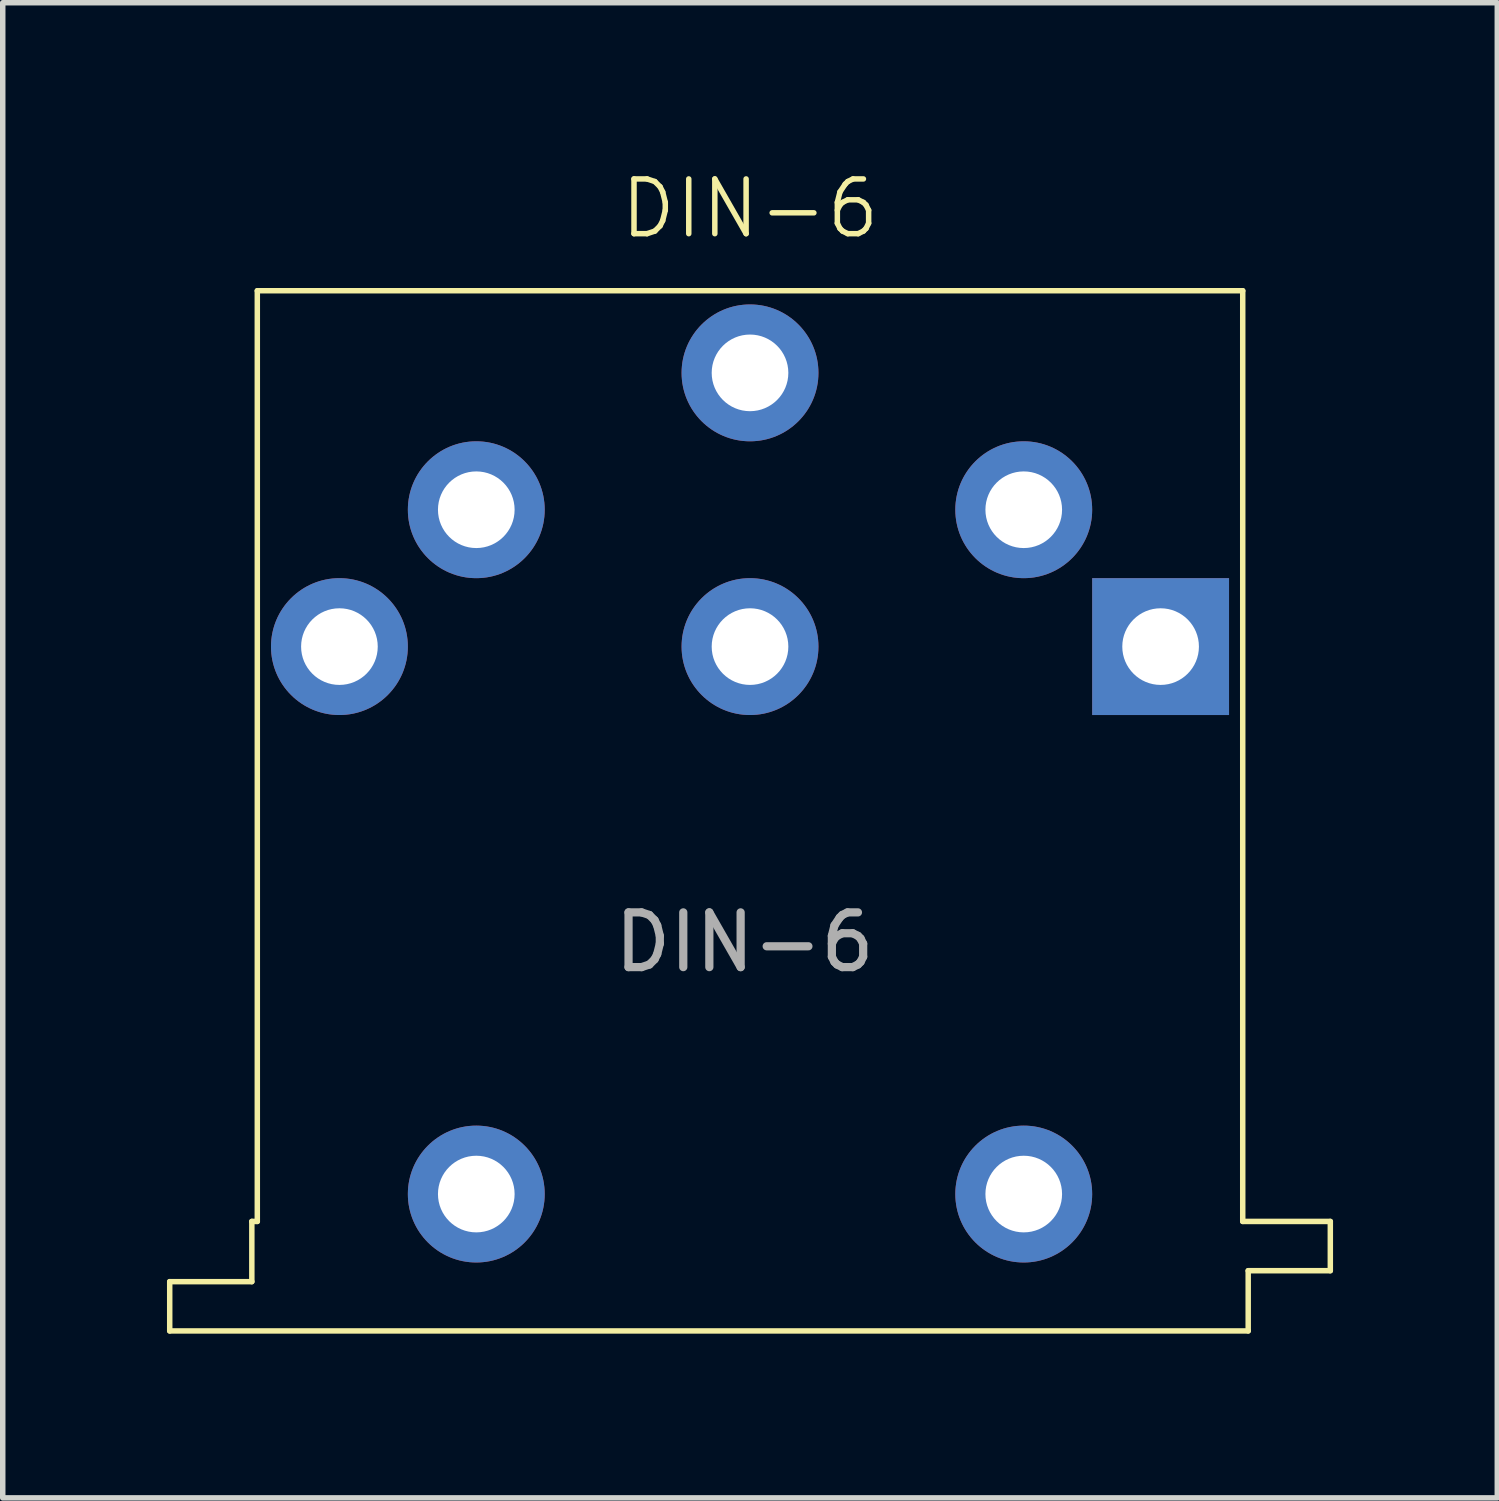
<source format=kicad_pcb>
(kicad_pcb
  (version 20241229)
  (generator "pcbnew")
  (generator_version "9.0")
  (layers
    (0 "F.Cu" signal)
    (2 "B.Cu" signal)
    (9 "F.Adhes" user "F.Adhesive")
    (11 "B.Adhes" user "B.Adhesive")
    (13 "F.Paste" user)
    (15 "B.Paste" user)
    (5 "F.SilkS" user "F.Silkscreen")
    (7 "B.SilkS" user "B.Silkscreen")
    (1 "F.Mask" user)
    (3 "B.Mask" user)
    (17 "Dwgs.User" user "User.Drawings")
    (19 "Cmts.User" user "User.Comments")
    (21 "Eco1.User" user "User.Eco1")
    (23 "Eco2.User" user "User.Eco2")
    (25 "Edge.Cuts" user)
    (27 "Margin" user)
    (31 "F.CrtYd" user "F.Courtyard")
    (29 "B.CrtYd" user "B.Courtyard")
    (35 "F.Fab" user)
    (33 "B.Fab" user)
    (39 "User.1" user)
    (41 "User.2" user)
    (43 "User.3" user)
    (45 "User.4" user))
  (footprint "DIN-6"
    (layer "F.Cu")
    (at 18.15 8.761)
    (property "Reference" "DIN-6" (at -7.5 -8 0) (unlocked yes) (layer "F.SilkS") (effects (font (size 1 1) (thickness 0.1))))
    (attr through_hole)
    (fp_line (start -18.1 11.6) (end -16.6 11.6) (stroke (width 0.1) (type default)) (layer "F.SilkS"))
    (fp_line (start -18.1 12.5) (end -18.1 11.6) (stroke (width 0.1) (type default)) (layer "F.SilkS"))
    (fp_line (start -18.1 12.5) (end 1.6 12.5) (stroke (width 0.1) (type default)) (layer "F.SilkS"))
    (fp_line (start -16.6 10.5) (end -16.5 10.5) (stroke (width 0.1) (type default)) (layer "F.SilkS"))
    (fp_line (start -16.6 11.6) (end -16.6 10.5) (stroke (width 0.1) (type default)) (layer "F.SilkS"))
    (fp_line (start -16.5 -6.5) (end -16.5 10.5) (stroke (width 0.1) (type default)) (layer "F.SilkS"))
    (fp_line (start -16.5 -6.5) (end 1.5 -6.5) (stroke (width 0.1) (type default)) (layer "F.SilkS"))
    (fp_line (start 1.5 -6.5) (end 1.5 10.5) (stroke (width 0.1) (type default)) (layer "F.SilkS"))
    (fp_line (start 1.6 11.4) (end 3.1 11.4) (stroke (width 0.1) (type default)) (layer "F.SilkS"))
    (fp_line (start 1.6 12.5) (end 1.6 11.4) (stroke (width 0.1) (type default)) (layer "F.SilkS"))
    (fp_line (start 3.1 10.5) (end 1.5 10.5) (stroke (width 0.1) (type default)) (layer "F.SilkS"))
    (fp_line (start 3.1 11.4) (end 3.1 10.5) (stroke (width 0.1) (type default)) (layer "F.SilkS"))
    (fp_text user "${REFERENCE}" (at -7.6 5.4 0) (unlocked yes) (layer "F.Fab") (effects (font (size 1 1) (thickness 0.15))))
    (pad "" thru_hole circle (at -12.5 10) (size 2.5 2.5) (drill 1.4) (layers "*.Cu" "*.Mask"))
    (pad "" thru_hole circle (at -2.5 10) (size 2.5 2.5) (drill 1.4) (layers "*.Cu" "*.Mask"))
    (pad "1" thru_hole rect (at 0 0) (size 2.5 2.5) (drill 1.4) (layers "*.Cu" "*.Mask"))
    (pad "2" thru_hole circle (at -2.5 -2.5) (size 2.5 2.5) (drill 1.4) (layers "*.Cu" "*.Mask"))
    (pad "3" thru_hole circle (at -7.5 0) (size 2.5 2.5) (drill 1.4) (layers "*.Cu" "*.Mask"))
    (pad "4" thru_hole circle (at -12.5 -2.5) (size 2.5 2.5) (drill 1.4) (layers "*.Cu" "*.Mask"))
    (pad "5" thru_hole circle (at -15 0) (size 2.5 2.5) (drill 1.4) (layers "*.Cu" "*.Mask"))
    (pad "6" thru_hole circle (at -7.5 -5) (size 2.5 2.5) (drill 1.4) (layers "*.Cu" "*.Mask")))
  (gr_rect
    (start -3 -3)
    (end 24.3 24.311)
    (stroke (width 0.1) (type default))
    (fill no)
    (layer "Edge.Cuts")))
</source>
